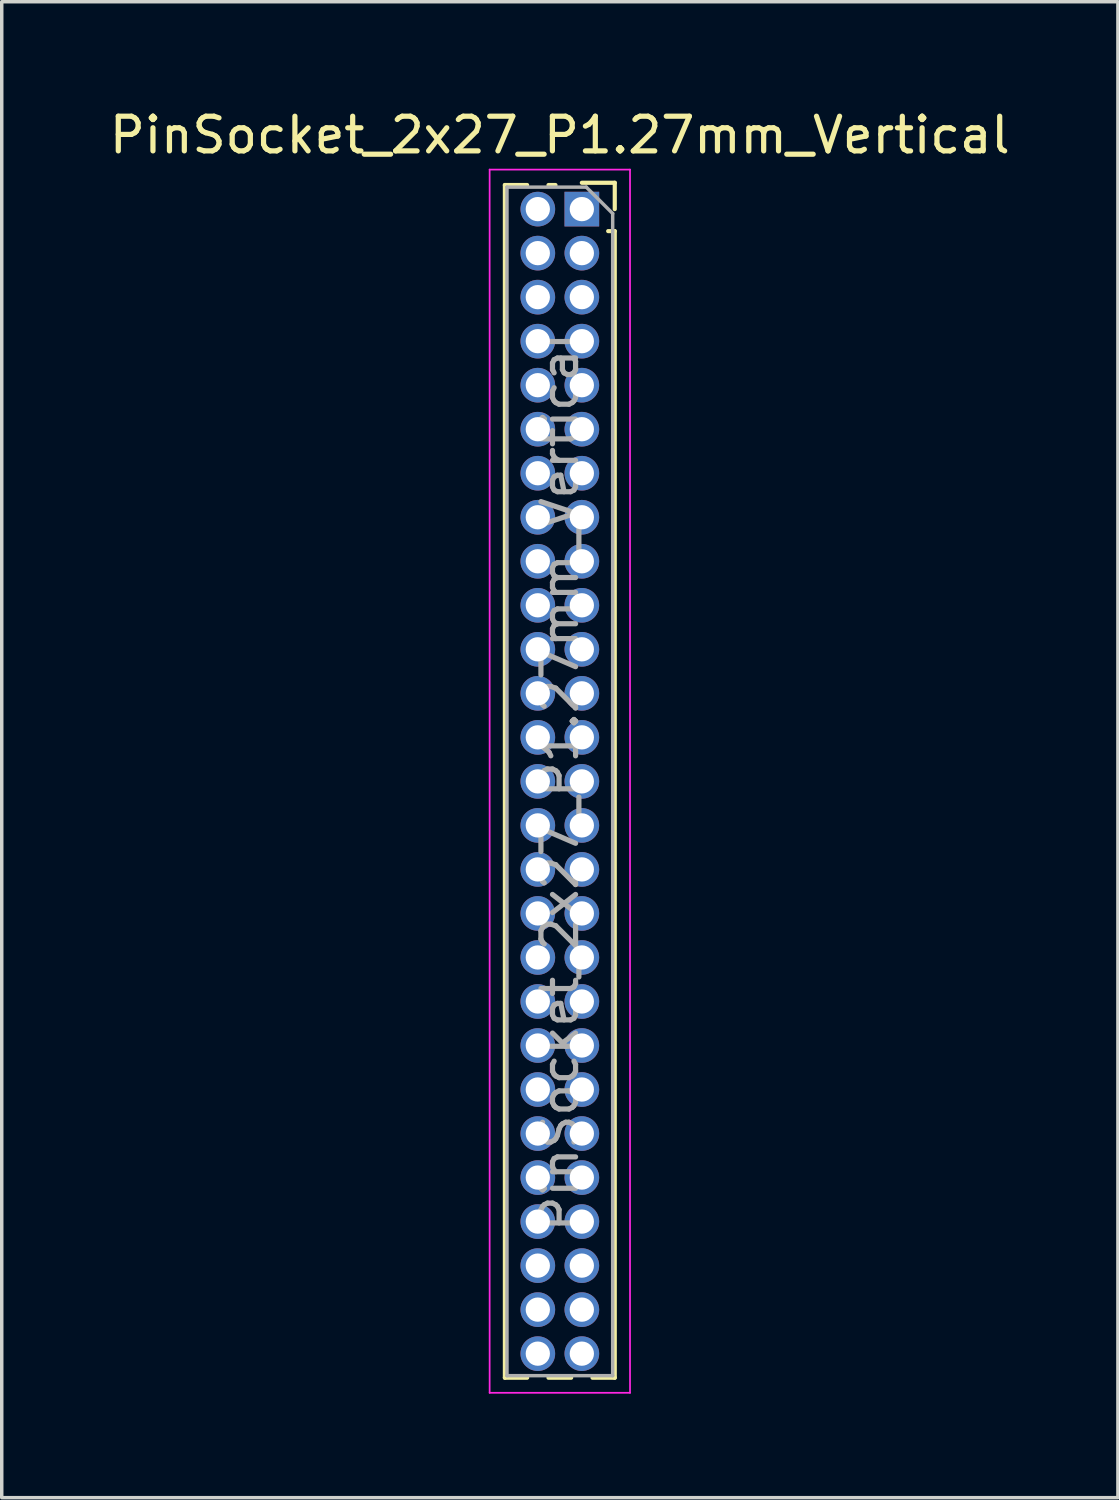
<source format=kicad_pcb>
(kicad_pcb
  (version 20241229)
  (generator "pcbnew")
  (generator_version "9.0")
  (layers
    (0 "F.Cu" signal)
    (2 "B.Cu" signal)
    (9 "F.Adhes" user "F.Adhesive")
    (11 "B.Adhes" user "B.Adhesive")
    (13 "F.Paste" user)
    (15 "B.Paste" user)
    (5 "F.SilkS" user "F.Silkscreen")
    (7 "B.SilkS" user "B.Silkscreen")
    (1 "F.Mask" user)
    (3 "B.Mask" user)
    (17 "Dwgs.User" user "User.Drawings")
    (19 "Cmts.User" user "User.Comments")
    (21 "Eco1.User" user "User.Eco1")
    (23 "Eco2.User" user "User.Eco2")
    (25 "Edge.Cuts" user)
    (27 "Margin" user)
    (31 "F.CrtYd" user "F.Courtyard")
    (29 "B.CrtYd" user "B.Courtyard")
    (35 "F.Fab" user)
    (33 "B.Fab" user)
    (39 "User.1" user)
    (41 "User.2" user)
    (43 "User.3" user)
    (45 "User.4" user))
  (footprint "PinSocket_2x27_P1.27mm_Vertical"
    (layer "F.Cu")
    (at 13.736 2.983)
    (property "Reference" "PinSocket_2x27_P1.27mm_Vertical" (at -0.635 -2.135 0) (layer "F.SilkS") (effects (font (size 1 1) (thickness 0.15))))
    (attr through_hole)
    (fp_line (start -2.22 -0.695) (end -2.22 33.715) (stroke (width 0.12) (type solid)) (layer "F.SilkS"))
    (fp_line (start -2.22 -0.695) (end -1.578 -0.695) (stroke (width 0.12) (type solid)) (layer "F.SilkS"))
    (fp_line (start -2.22 33.715) (end -1.578 33.715) (stroke (width 0.12) (type solid)) (layer "F.SilkS"))
    (fp_line (start -0.962 -0.695) (end -0.76 -0.695) (stroke (width 0.12) (type solid)) (layer "F.SilkS"))
    (fp_line (start -0.962 33.715) (end -0.308 33.715) (stroke (width 0.12) (type solid)) (layer "F.SilkS"))
    (fp_line (start 0 -0.76) (end 0.95 -0.76) (stroke (width 0.12) (type solid)) (layer "F.SilkS"))
    (fp_line (start 0.308 33.715) (end 0.95 33.715) (stroke (width 0.12) (type solid)) (layer "F.SilkS"))
    (fp_line (start 0.76 0.635) (end 0.95 0.635) (stroke (width 0.12) (type solid)) (layer "F.SilkS"))
    (fp_line (start 0.95 -0.76) (end 0.95 0) (stroke (width 0.12) (type solid)) (layer "F.SilkS"))
    (fp_line (start 0.95 0.635) (end 0.95 33.715) (stroke (width 0.12) (type solid)) (layer "F.SilkS"))
    (fp_line (start -2.66 -1.14) (end 1.39 -1.14) (stroke (width 0.05) (type solid)) (layer "F.CrtYd"))
    (fp_line (start -2.66 34.15) (end -2.66 -1.14) (stroke (width 0.05) (type solid)) (layer "F.CrtYd"))
    (fp_line (start 1.39 -1.14) (end 1.39 34.15) (stroke (width 0.05) (type solid)) (layer "F.CrtYd"))
    (fp_line (start 1.39 34.15) (end -2.66 34.15) (stroke (width 0.05) (type solid)) (layer "F.CrtYd"))
    (fp_line (start -2.16 -0.635) (end 0.128 -0.635) (stroke (width 0.1) (type solid)) (layer "F.Fab"))
    (fp_line (start -2.16 33.655) (end -2.16 -0.635) (stroke (width 0.1) (type solid)) (layer "F.Fab"))
    (fp_line (start 0.128 -0.635) (end 0.89 0.127) (stroke (width 0.1) (type solid)) (layer "F.Fab"))
    (fp_line (start 0.89 0.127) (end 0.89 33.655) (stroke (width 0.1) (type solid)) (layer "F.Fab"))
    (fp_line (start 0.89 33.655) (end -2.16 33.655) (stroke (width 0.1) (type solid)) (layer "F.Fab"))
    (fp_text user "${REFERENCE}" (at -0.635 16.51 90) (layer "F.Fab") (effects (font (size 1 1) (thickness 0.15))))
    (pad "1" thru_hole rect (at 0 0) (size 1 1) (drill 0.7) (layers "*.Cu" "*.Mask"))
    (pad "2" thru_hole circle (at -1.27 0) (size 1 1) (drill 0.7) (layers "*.Cu" "*.Mask"))
    (pad "3" thru_hole circle (at 0 1.27) (size 1 1) (drill 0.7) (layers "*.Cu" "*.Mask"))
    (pad "4" thru_hole circle (at -1.27 1.27) (size 1 1) (drill 0.7) (layers "*.Cu" "*.Mask"))
    (pad "5" thru_hole circle (at 0 2.54) (size 1 1) (drill 0.7) (layers "*.Cu" "*.Mask"))
    (pad "6" thru_hole circle (at -1.27 2.54) (size 1 1) (drill 0.7) (layers "*.Cu" "*.Mask"))
    (pad "7" thru_hole circle (at 0 3.81) (size 1 1) (drill 0.7) (layers "*.Cu" "*.Mask"))
    (pad "8" thru_hole circle (at -1.27 3.81) (size 1 1) (drill 0.7) (layers "*.Cu" "*.Mask"))
    (pad "9" thru_hole circle (at 0 5.08) (size 1 1) (drill 0.7) (layers "*.Cu" "*.Mask"))
    (pad "10" thru_hole circle (at -1.27 5.08) (size 1 1) (drill 0.7) (layers "*.Cu" "*.Mask"))
    (pad "11" thru_hole circle (at 0 6.35) (size 1 1) (drill 0.7) (layers "*.Cu" "*.Mask"))
    (pad "12" thru_hole circle (at -1.27 6.35) (size 1 1) (drill 0.7) (layers "*.Cu" "*.Mask"))
    (pad "13" thru_hole circle (at 0 7.62) (size 1 1) (drill 0.7) (layers "*.Cu" "*.Mask"))
    (pad "14" thru_hole circle (at -1.27 7.62) (size 1 1) (drill 0.7) (layers "*.Cu" "*.Mask"))
    (pad "15" thru_hole circle (at 0 8.89) (size 1 1) (drill 0.7) (layers "*.Cu" "*.Mask"))
    (pad "16" thru_hole circle (at -1.27 8.89) (size 1 1) (drill 0.7) (layers "*.Cu" "*.Mask"))
    (pad "17" thru_hole circle (at 0 10.16) (size 1 1) (drill 0.7) (layers "*.Cu" "*.Mask"))
    (pad "18" thru_hole circle (at -1.27 10.16) (size 1 1) (drill 0.7) (layers "*.Cu" "*.Mask"))
    (pad "19" thru_hole circle (at 0 11.43) (size 1 1) (drill 0.7) (layers "*.Cu" "*.Mask"))
    (pad "20" thru_hole circle (at -1.27 11.43) (size 1 1) (drill 0.7) (layers "*.Cu" "*.Mask"))
    (pad "21" thru_hole circle (at 0 12.7) (size 1 1) (drill 0.7) (layers "*.Cu" "*.Mask"))
    (pad "22" thru_hole circle (at -1.27 12.7) (size 1 1) (drill 0.7) (layers "*.Cu" "*.Mask"))
    (pad "23" thru_hole circle (at 0 13.97) (size 1 1) (drill 0.7) (layers "*.Cu" "*.Mask"))
    (pad "24" thru_hole circle (at -1.27 13.97) (size 1 1) (drill 0.7) (layers "*.Cu" "*.Mask"))
    (pad "25" thru_hole circle (at 0 15.24) (size 1 1) (drill 0.7) (layers "*.Cu" "*.Mask"))
    (pad "26" thru_hole circle (at -1.27 15.24) (size 1 1) (drill 0.7) (layers "*.Cu" "*.Mask"))
    (pad "27" thru_hole circle (at 0 16.51) (size 1 1) (drill 0.7) (layers "*.Cu" "*.Mask"))
    (pad "28" thru_hole circle (at -1.27 16.51) (size 1 1) (drill 0.7) (layers "*.Cu" "*.Mask"))
    (pad "29" thru_hole circle (at 0 17.78) (size 1 1) (drill 0.7) (layers "*.Cu" "*.Mask"))
    (pad "30" thru_hole circle (at -1.27 17.78) (size 1 1) (drill 0.7) (layers "*.Cu" "*.Mask"))
    (pad "31" thru_hole circle (at 0 19.05) (size 1 1) (drill 0.7) (layers "*.Cu" "*.Mask"))
    (pad "32" thru_hole circle (at -1.27 19.05) (size 1 1) (drill 0.7) (layers "*.Cu" "*.Mask"))
    (pad "33" thru_hole circle (at 0 20.32) (size 1 1) (drill 0.7) (layers "*.Cu" "*.Mask"))
    (pad "34" thru_hole circle (at -1.27 20.32) (size 1 1) (drill 0.7) (layers "*.Cu" "*.Mask"))
    (pad "35" thru_hole circle (at 0 21.59) (size 1 1) (drill 0.7) (layers "*.Cu" "*.Mask"))
    (pad "36" thru_hole circle (at -1.27 21.59) (size 1 1) (drill 0.7) (layers "*.Cu" "*.Mask"))
    (pad "37" thru_hole circle (at 0 22.86) (size 1 1) (drill 0.7) (layers "*.Cu" "*.Mask"))
    (pad "38" thru_hole circle (at -1.27 22.86) (size 1 1) (drill 0.7) (layers "*.Cu" "*.Mask"))
    (pad "39" thru_hole circle (at 0 24.13) (size 1 1) (drill 0.7) (layers "*.Cu" "*.Mask"))
    (pad "40" thru_hole circle (at -1.27 24.13) (size 1 1) (drill 0.7) (layers "*.Cu" "*.Mask"))
    (pad "41" thru_hole circle (at 0 25.4) (size 1 1) (drill 0.7) (layers "*.Cu" "*.Mask"))
    (pad "42" thru_hole circle (at -1.27 25.4) (size 1 1) (drill 0.7) (layers "*.Cu" "*.Mask"))
    (pad "43" thru_hole circle (at 0 26.67) (size 1 1) (drill 0.7) (layers "*.Cu" "*.Mask"))
    (pad "44" thru_hole circle (at -1.27 26.67) (size 1 1) (drill 0.7) (layers "*.Cu" "*.Mask"))
    (pad "45" thru_hole circle (at 0 27.94) (size 1 1) (drill 0.7) (layers "*.Cu" "*.Mask"))
    (pad "46" thru_hole circle (at -1.27 27.94) (size 1 1) (drill 0.7) (layers "*.Cu" "*.Mask"))
    (pad "47" thru_hole circle (at 0 29.21) (size 1 1) (drill 0.7) (layers "*.Cu" "*.Mask"))
    (pad "48" thru_hole circle (at -1.27 29.21) (size 1 1) (drill 0.7) (layers "*.Cu" "*.Mask"))
    (pad "49" thru_hole circle (at 0 30.48) (size 1 1) (drill 0.7) (layers "*.Cu" "*.Mask"))
    (pad "50" thru_hole circle (at -1.27 30.48) (size 1 1) (drill 0.7) (layers "*.Cu" "*.Mask"))
    (pad "51" thru_hole circle (at 0 31.75) (size 1 1) (drill 0.7) (layers "*.Cu" "*.Mask"))
    (pad "52" thru_hole circle (at -1.27 31.75) (size 1 1) (drill 0.7) (layers "*.Cu" "*.Mask"))
    (pad "53" thru_hole circle (at 0 33.02) (size 1 1) (drill 0.7) (layers "*.Cu" "*.Mask"))
    (pad "54" thru_hole circle (at -1.27 33.02) (size 1 1) (drill 0.7) (layers "*.Cu" "*.Mask")))
  (gr_rect
    (start -3 -3)
    (end 29.202 40.158)
    (stroke (width 0.1) (type default))
    (fill no)
    (layer "Edge.Cuts")))
</source>
